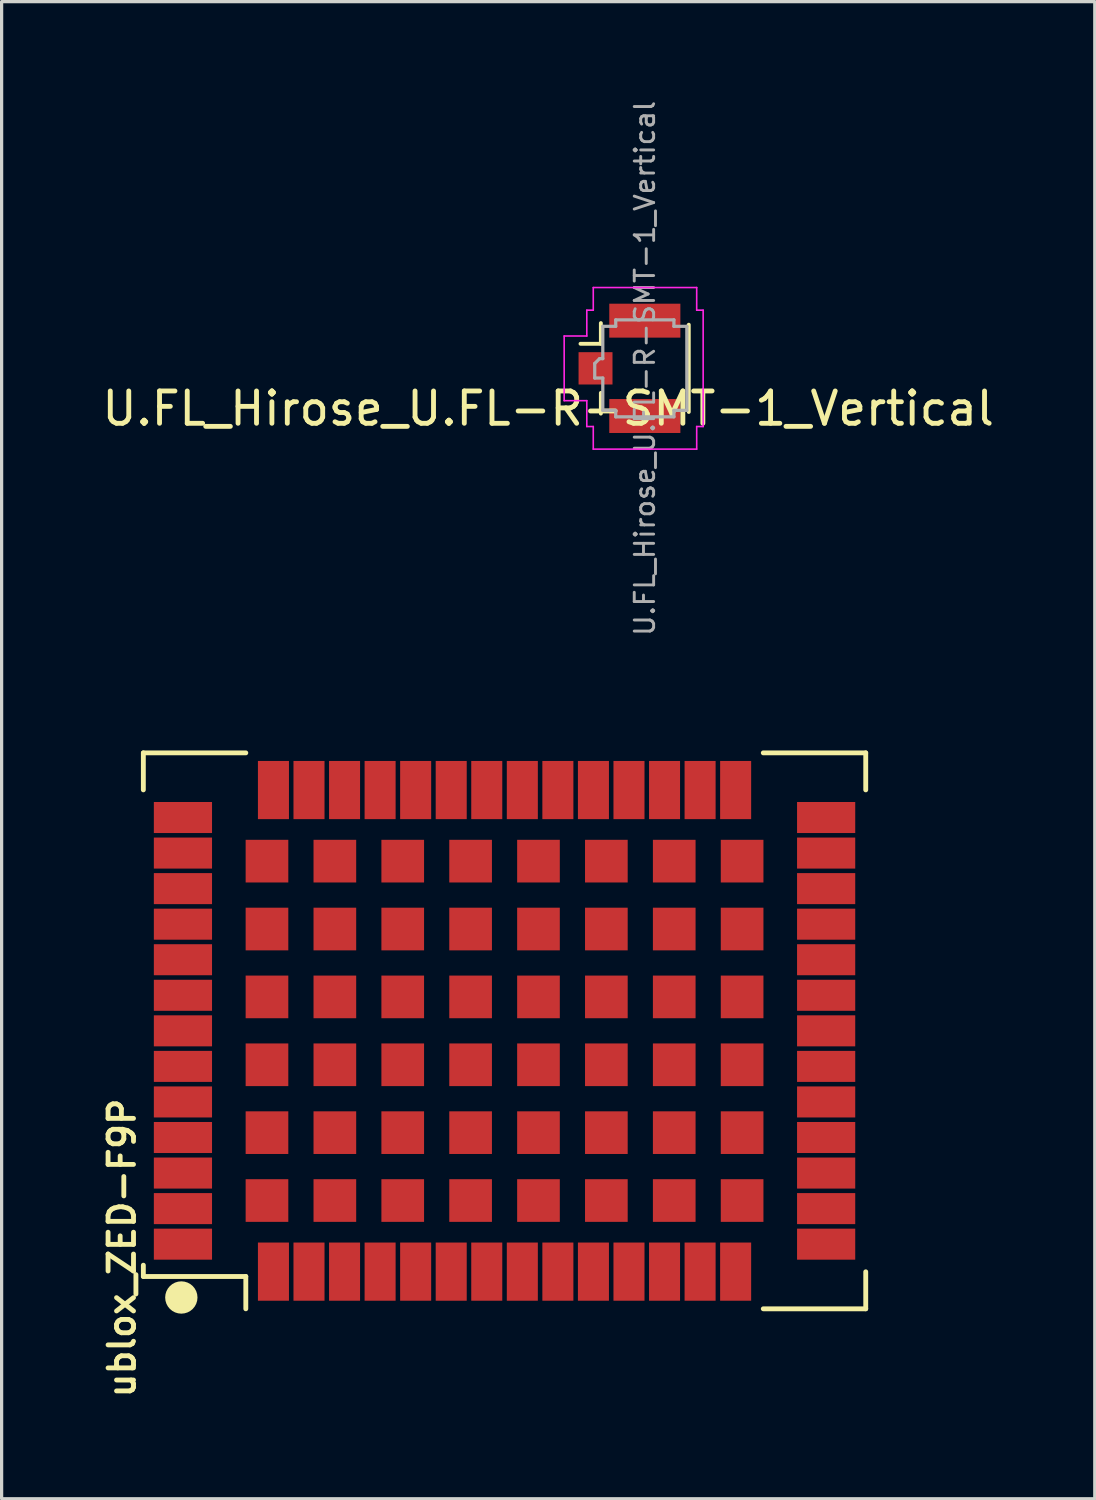
<source format=kicad_pcb>
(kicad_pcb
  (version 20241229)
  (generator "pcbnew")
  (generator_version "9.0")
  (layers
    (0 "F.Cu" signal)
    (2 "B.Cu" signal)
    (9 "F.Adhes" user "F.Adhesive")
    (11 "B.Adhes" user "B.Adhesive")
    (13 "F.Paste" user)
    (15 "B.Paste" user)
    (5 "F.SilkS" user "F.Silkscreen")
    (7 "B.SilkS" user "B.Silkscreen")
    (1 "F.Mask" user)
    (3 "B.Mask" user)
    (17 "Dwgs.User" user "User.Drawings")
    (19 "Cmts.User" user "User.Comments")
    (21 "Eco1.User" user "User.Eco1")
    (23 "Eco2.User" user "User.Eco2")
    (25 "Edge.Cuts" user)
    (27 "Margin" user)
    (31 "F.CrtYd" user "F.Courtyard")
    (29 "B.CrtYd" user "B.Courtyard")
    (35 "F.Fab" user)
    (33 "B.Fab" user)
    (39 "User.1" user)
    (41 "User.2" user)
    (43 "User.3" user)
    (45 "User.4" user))
  (footprint "ublox_ZED-F9P"
    (layer "F.Cu")
    (at 12.56 28.843)
    (property "Reference" "ublox_ZED-F9P" (at -11.836 6.718 90) (layer "F.SilkS") (effects (font (size 0.787 0.787) (thickness 0.15))))
    (attr smd)
    (fp_line (start -11.175 -8.6) (end -8.005 -8.6) (stroke (width 0.15) (type solid)) (layer "F.SilkS"))
    (fp_line (start -11.175 -7.455) (end -11.175 -8.6) (stroke (width 0.15) (type solid)) (layer "F.SilkS"))
    (fp_line (start -11.175 7.6) (end -11.175 7.25) (stroke (width 0.15) (type solid)) (layer "F.SilkS"))
    (fp_line (start -11.175 7.6) (end -8.005 7.6) (stroke (width 0.15) (type solid)) (layer "F.SilkS"))
    (fp_line (start -8.005 7.6) (end -8.005 8.6) (stroke (width 0.15) (type solid)) (layer "F.SilkS"))
    (fp_line (start 8.005 -8.6) (end 11.175 -8.6) (stroke (width 0.15) (type solid)) (layer "F.SilkS"))
    (fp_line (start 8.005 8.6) (end 11.175 8.6) (stroke (width 0.15) (type solid)) (layer "F.SilkS"))
    (fp_line (start 11.175 -7.455) (end 11.175 -8.6) (stroke (width 0.15) (type solid)) (layer "F.SilkS"))
    (fp_line (start 11.175 8.6) (end 11.175 7.455) (stroke (width 0.15) (type solid)) (layer "F.SilkS"))
    (fp_circle (center -10 8.25) (end -9.75 8.25) (stroke (width 0.5) (type solid)) (fill no) (layer "F.SilkS"))
    (fp_line (start -11.675 -9.1) (end 11.675 -9.1) (stroke (width 0.1) (type solid)) (layer "Eco1.User"))
    (fp_line (start -11.675 9.1) (end -11.675 -9.1) (stroke (width 0.1) (type solid)) (layer "Eco1.User"))
    (fp_line (start 11.675 -9.1) (end 11.675 9.1) (stroke (width 0.1) (type solid)) (layer "Eco1.User"))
    (fp_line (start 11.675 9.1) (end -11.675 9.1) (stroke (width 0.1) (type solid)) (layer "Eco1.User"))
    (fp_line (start -11.175 -8.6) (end 11.175 -8.6) (stroke (width 0.15) (type solid)) (layer "Eco2.User"))
    (fp_line (start -11.175 8.6) (end -11.175 -8.6) (stroke (width 0.15) (type solid)) (layer "Eco2.User"))
    (fp_line (start 11.175 -8.6) (end 11.175 8.6) (stroke (width 0.15) (type solid)) (layer "Eco2.User"))
    (fp_line (start 11.175 8.6) (end -11.175 8.6) (stroke (width 0.15) (type solid)) (layer "Eco2.User"))
    (pad "1" smd rect (at -7.15 7.45) (size 0.96 1.8) (layers "F.Cu" "F.Mask" "F.Paste"))
    (pad "2" smd rect (at -6.05 7.45) (size 0.96 1.8) (layers "F.Cu" "F.Mask" "F.Paste"))
    (pad "3" smd rect (at -4.95 7.45) (size 0.96 1.8) (layers "F.Cu" "F.Mask" "F.Paste"))
    (pad "4" smd rect (at -3.85 7.45) (size 0.96 1.8) (layers "F.Cu" "F.Mask" "F.Paste"))
    (pad "5" smd rect (at -2.75 7.45) (size 0.96 1.8) (layers "F.Cu" "F.Mask" "F.Paste"))
    (pad "6" smd rect (at -1.65 7.45) (size 0.96 1.8) (layers "F.Cu" "F.Mask" "F.Paste"))
    (pad "7" smd rect (at -0.55 7.45) (size 0.96 1.8) (layers "F.Cu" "F.Mask" "F.Paste"))
    (pad "8" smd rect (at 0.55 7.45) (size 0.96 1.8) (layers "F.Cu" "F.Mask" "F.Paste"))
    (pad "9" smd rect (at 1.65 7.45) (size 0.96 1.8) (layers "F.Cu" "F.Mask" "F.Paste"))
    (pad "10" smd rect (at 2.75 7.45) (size 0.96 1.8) (layers "F.Cu" "F.Mask" "F.Paste"))
    (pad "11" smd rect (at 3.85 7.45) (size 0.96 1.8) (layers "F.Cu" "F.Mask" "F.Paste"))
    (pad "12" smd rect (at 4.95 7.45) (size 0.96 1.8) (layers "F.Cu" "F.Mask" "F.Paste"))
    (pad "13" smd rect (at 6.05 7.45) (size 0.96 1.8) (layers "F.Cu" "F.Mask" "F.Paste"))
    (pad "14" smd rect (at 7.15 7.45) (size 0.96 1.8) (layers "F.Cu" "F.Mask" "F.Paste"))
    (pad "15" smd rect (at 9.95 6.6) (size 1.8 0.96) (layers "F.Cu" "F.Mask" "F.Paste"))
    (pad "16" smd rect (at 9.95 5.5) (size 1.8 0.96) (layers "F.Cu" "F.Mask" "F.Paste"))
    (pad "17" smd rect (at 9.95 4.4) (size 1.8 0.96) (layers "F.Cu" "F.Mask" "F.Paste"))
    (pad "18" smd rect (at 9.95 3.3) (size 1.8 0.96) (layers "F.Cu" "F.Mask" "F.Paste"))
    (pad "19" smd rect (at 9.95 2.2) (size 1.8 0.96) (layers "F.Cu" "F.Mask" "F.Paste"))
    (pad "20" smd rect (at 9.95 1.1) (size 1.8 0.96) (layers "F.Cu" "F.Mask" "F.Paste"))
    (pad "21" smd rect (at 9.95 0) (size 1.8 0.96) (layers "F.Cu" "F.Mask" "F.Paste"))
    (pad "22" smd rect (at 9.95 -1.1) (size 1.8 0.96) (layers "F.Cu" "F.Mask" "F.Paste"))
    (pad "23" smd rect (at 9.95 -2.2) (size 1.8 0.96) (layers "F.Cu" "F.Mask" "F.Paste"))
    (pad "24" smd rect (at 9.95 -3.3) (size 1.8 0.96) (layers "F.Cu" "F.Mask" "F.Paste"))
    (pad "25" smd rect (at 9.95 -4.4) (size 1.8 0.96) (layers "F.Cu" "F.Mask" "F.Paste"))
    (pad "26" smd rect (at 9.95 -5.5) (size 1.8 0.96) (layers "F.Cu" "F.Mask" "F.Paste"))
    (pad "27" smd rect (at 9.95 -6.6) (size 1.8 0.96) (layers "F.Cu" "F.Mask" "F.Paste"))
    (pad "28" smd rect (at 7.15 -7.45) (size 0.96 1.8) (layers "F.Cu" "F.Mask" "F.Paste"))
    (pad "29" smd rect (at 6.05 -7.45) (size 0.96 1.8) (layers "F.Cu" "F.Mask" "F.Paste"))
    (pad "30" smd rect (at 4.95 -7.45) (size 0.96 1.8) (layers "F.Cu" "F.Mask" "F.Paste"))
    (pad "31" smd rect (at 3.85 -7.45) (size 0.96 1.8) (layers "F.Cu" "F.Mask" "F.Paste"))
    (pad "32" smd rect (at 2.75 -7.45) (size 0.96 1.8) (layers "F.Cu" "F.Mask" "F.Paste"))
    (pad "33" smd rect (at 1.65 -7.45) (size 0.96 1.8) (layers "F.Cu" "F.Mask" "F.Paste"))
    (pad "34" smd rect (at 0.55 -7.45) (size 0.96 1.8) (layers "F.Cu" "F.Mask" "F.Paste"))
    (pad "35" smd rect (at -0.55 -7.45) (size 0.96 1.8) (layers "F.Cu" "F.Mask" "F.Paste"))
    (pad "36" smd rect (at -1.65 -7.45) (size 0.96 1.8) (layers "F.Cu" "F.Mask" "F.Paste"))
    (pad "37" smd rect (at -2.75 -7.45) (size 0.96 1.8) (layers "F.Cu" "F.Mask" "F.Paste"))
    (pad "38" smd rect (at -3.85 -7.45) (size 0.96 1.8) (layers "F.Cu" "F.Mask" "F.Paste"))
    (pad "39" smd rect (at -4.95 -7.45) (size 0.96 1.8) (layers "F.Cu" "F.Mask" "F.Paste"))
    (pad "40" smd rect (at -6.05 -7.45) (size 0.96 1.8) (layers "F.Cu" "F.Mask" "F.Paste"))
    (pad "41" smd rect (at -7.15 -7.45) (size 0.96 1.8) (layers "F.Cu" "F.Mask" "F.Paste"))
    (pad "42" smd rect (at -9.95 -6.6) (size 1.8 0.96) (layers "F.Cu" "F.Mask" "F.Paste"))
    (pad "43" smd rect (at -9.95 -5.5) (size 1.8 0.96) (layers "F.Cu" "F.Mask" "F.Paste"))
    (pad "44" smd rect (at -9.95 -4.4) (size 1.8 0.96) (layers "F.Cu" "F.Mask" "F.Paste"))
    (pad "45" smd rect (at -9.95 -3.3) (size 1.8 0.96) (layers "F.Cu" "F.Mask" "F.Paste"))
    (pad "46" smd rect (at -9.95 -2.2) (size 1.8 0.96) (layers "F.Cu" "F.Mask" "F.Paste"))
    (pad "47" smd rect (at -9.95 -1.1) (size 1.8 0.96) (layers "F.Cu" "F.Mask" "F.Paste"))
    (pad "48" smd rect (at -9.95 0) (size 1.8 0.96) (layers "F.Cu" "F.Mask" "F.Paste"))
    (pad "49" smd rect (at -9.95 1.1) (size 1.8 0.96) (layers "F.Cu" "F.Mask" "F.Paste"))
    (pad "50" smd rect (at -9.95 2.2) (size 1.8 0.96) (layers "F.Cu" "F.Mask" "F.Paste"))
    (pad "51" smd rect (at -9.95 3.3) (size 1.8 0.96) (layers "F.Cu" "F.Mask" "F.Paste"))
    (pad "52" smd rect (at -9.95 4.4) (size 1.8 0.96) (layers "F.Cu" "F.Mask" "F.Paste"))
    (pad "53" smd rect (at -9.95 5.5) (size 1.8 0.96) (layers "F.Cu" "F.Mask" "F.Paste"))
    (pad "54" smd rect (at -9.95 6.6) (size 1.8 0.96) (layers "F.Cu" "F.Mask" "F.Paste"))
    (pad "55" smd rect (at -7.35 -5.25) (size 1.32 1.32) (layers "F.Cu" "F.Mask" "F.Paste"))
    (pad "56" smd rect (at -5.25 -5.25) (size 1.32 1.32) (layers "F.Cu" "F.Mask" "F.Paste"))
    (pad "57" smd rect (at -3.15 -5.25) (size 1.32 1.32) (layers "F.Cu" "F.Mask" "F.Paste"))
    (pad "58" smd rect (at -1.05 -5.25) (size 1.32 1.32) (layers "F.Cu" "F.Mask" "F.Paste"))
    (pad "59" smd rect (at 1.05 -5.25) (size 1.32 1.32) (layers "F.Cu" "F.Mask" "F.Paste"))
    (pad "60" smd rect (at 3.15 -5.25) (size 1.32 1.32) (layers "F.Cu" "F.Mask" "F.Paste"))
    (pad "61" smd rect (at 5.25 -5.25) (size 1.32 1.32) (layers "F.Cu" "F.Mask" "F.Paste"))
    (pad "62" smd rect (at 7.35 -5.25) (size 1.32 1.32) (layers "F.Cu" "F.Mask" "F.Paste"))
    (pad "63" smd rect (at -7.35 -3.15) (size 1.32 1.32) (layers "F.Cu" "F.Mask" "F.Paste"))
    (pad "64" smd rect (at -5.25 -3.15) (size 1.32 1.32) (layers "F.Cu" "F.Mask" "F.Paste"))
    (pad "65" smd rect (at -3.15 -3.15) (size 1.32 1.32) (layers "F.Cu" "F.Mask" "F.Paste"))
    (pad "66" smd rect (at -1.05 -3.15) (size 1.32 1.32) (layers "F.Cu" "F.Mask" "F.Paste"))
    (pad "67" smd rect (at 1.05 -3.15) (size 1.32 1.32) (layers "F.Cu" "F.Mask" "F.Paste"))
    (pad "68" smd rect (at 3.15 -3.15) (size 1.32 1.32) (layers "F.Cu" "F.Mask" "F.Paste"))
    (pad "69" smd rect (at 5.25 -3.15) (size 1.32 1.32) (layers "F.Cu" "F.Mask" "F.Paste"))
    (pad "70" smd rect (at 7.35 -3.15) (size 1.32 1.32) (layers "F.Cu" "F.Mask" "F.Paste"))
    (pad "71" smd rect (at -7.35 -1.05) (size 1.32 1.32) (layers "F.Cu" "F.Mask" "F.Paste"))
    (pad "72" smd rect (at -5.25 -1.05) (size 1.32 1.32) (layers "F.Cu" "F.Mask" "F.Paste"))
    (pad "73" smd rect (at -3.15 -1.05) (size 1.32 1.32) (layers "F.Cu" "F.Mask" "F.Paste"))
    (pad "74" smd rect (at -1.05 -1.05) (size 1.32 1.32) (layers "F.Cu" "F.Mask" "F.Paste"))
    (pad "75" smd rect (at 1.05 -1.05) (size 1.32 1.32) (layers "F.Cu" "F.Mask" "F.Paste"))
    (pad "76" smd rect (at 3.15 -1.05) (size 1.32 1.32) (layers "F.Cu" "F.Mask" "F.Paste"))
    (pad "77" smd rect (at 5.25 -1.05) (size 1.32 1.32) (layers "F.Cu" "F.Mask" "F.Paste"))
    (pad "78" smd rect (at 7.35 -1.05) (size 1.32 1.32) (layers "F.Cu" "F.Mask" "F.Paste"))
    (pad "79" smd rect (at -7.35 1.05) (size 1.32 1.32) (layers "F.Cu" "F.Mask" "F.Paste"))
    (pad "80" smd rect (at -5.25 1.05) (size 1.32 1.32) (layers "F.Cu" "F.Mask" "F.Paste"))
    (pad "81" smd rect (at -3.15 1.05) (size 1.32 1.32) (layers "F.Cu" "F.Mask" "F.Paste"))
    (pad "82" smd rect (at -1.05 1.05) (size 1.32 1.32) (layers "F.Cu" "F.Mask" "F.Paste"))
    (pad "83" smd rect (at 1.05 1.05) (size 1.32 1.32) (layers "F.Cu" "F.Mask" "F.Paste"))
    (pad "84" smd rect (at 3.15 1.05) (size 1.32 1.32) (layers "F.Cu" "F.Mask" "F.Paste"))
    (pad "85" smd rect (at 5.25 1.05) (size 1.32 1.32) (layers "F.Cu" "F.Mask" "F.Paste"))
    (pad "86" smd rect (at 7.35 1.05) (size 1.32 1.32) (layers "F.Cu" "F.Mask" "F.Paste"))
    (pad "87" smd rect (at -7.35 3.15) (size 1.32 1.32) (layers "F.Cu" "F.Mask" "F.Paste"))
    (pad "88" smd rect (at -5.25 3.15) (size 1.32 1.32) (layers "F.Cu" "F.Mask" "F.Paste"))
    (pad "89" smd rect (at -3.15 3.15) (size 1.32 1.32) (layers "F.Cu" "F.Mask" "F.Paste"))
    (pad "90" smd rect (at -1.05 3.15) (size 1.32 1.32) (layers "F.Cu" "F.Mask" "F.Paste"))
    (pad "91" smd rect (at 1.05 3.15) (size 1.32 1.32) (layers "F.Cu" "F.Mask" "F.Paste"))
    (pad "92" smd rect (at 3.15 3.15) (size 1.32 1.32) (layers "F.Cu" "F.Mask" "F.Paste"))
    (pad "93" smd rect (at 5.25 3.15) (size 1.32 1.32) (layers "F.Cu" "F.Mask" "F.Paste"))
    (pad "94" smd rect (at 7.35 3.15) (size 1.32 1.32) (layers "F.Cu" "F.Mask" "F.Paste"))
    (pad "95" smd rect (at -7.35 5.25) (size 1.32 1.32) (layers "F.Cu" "F.Mask" "F.Paste"))
    (pad "96" smd rect (at -5.25 5.25) (size 1.32 1.32) (layers "F.Cu" "F.Mask" "F.Paste"))
    (pad "97" smd rect (at -3.15 5.25) (size 1.32 1.32) (layers "F.Cu" "F.Mask" "F.Paste"))
    (pad "98" smd rect (at -1.05 5.25) (size 1.32 1.32) (layers "F.Cu" "F.Mask" "F.Paste"))
    (pad "99" smd rect (at 1.05 5.25) (size 1.32 1.32) (layers "F.Cu" "F.Mask" "F.Paste"))
    (pad "100" smd rect (at 3.15 5.25) (size 1.32 1.32) (layers "F.Cu" "F.Mask" "F.Paste"))
    (pad "101" smd rect (at 5.25 5.25) (size 1.32 1.32) (layers "F.Cu" "F.Mask" "F.Paste"))
    (pad "102" smd rect (at 7.35 5.25) (size 1.32 1.32) (layers "F.Cu" "F.Mask" "F.Paste")))
  (footprint "U.FL_Hirose_U.FL-R-SMT-1_Vertical"
    (layer "F.Cu")
    (at 16.425 8.346)
    (property "Reference" "U.FL_Hirose_U.FL-R-SMT-1_Vertical" (at -2.515 1.245 180) (layer "F.SilkS") (effects (font (size 1 1) (thickness 0.15))))
    (attr smd)
    (fp_line (start -0.885 -1.4) (end -0.885 -0.76) (stroke (width 0.12) (type solid)) (layer "F.SilkS"))
    (fp_line (start -0.885 -0.76) (end -1.515 -0.76) (stroke (width 0.12) (type solid)) (layer "F.SilkS"))
    (fp_line (start -0.885 1.4) (end -0.885 0.76) (stroke (width 0.12) (type solid)) (layer "F.SilkS"))
    (fp_line (start 1.835 -1.35) (end 1.835 1.35) (stroke (width 0.12) (type solid)) (layer "F.SilkS"))
    (fp_line (start -2.02 1) (end -2.02 -1) (stroke (width 0.05) (type solid)) (layer "F.CrtYd"))
    (fp_line (start -1.32 -1.8) (end -1.12 -1.8) (stroke (width 0.05) (type solid)) (layer "F.CrtYd"))
    (fp_line (start -1.32 -1) (end -2.02 -1) (stroke (width 0.05) (type solid)) (layer "F.CrtYd"))
    (fp_line (start -1.32 -1) (end -1.32 -1.8) (stroke (width 0.05) (type solid)) (layer "F.CrtYd"))
    (fp_line (start -1.32 1) (end -2.02 1) (stroke (width 0.05) (type solid)) (layer "F.CrtYd"))
    (fp_line (start -1.32 1.8) (end -1.32 1) (stroke (width 0.05) (type solid)) (layer "F.CrtYd"))
    (fp_line (start -1.32 1.8) (end -1.12 1.8) (stroke (width 0.05) (type solid)) (layer "F.CrtYd"))
    (fp_line (start -1.12 -1.8) (end -1.12 -2.5) (stroke (width 0.05) (type solid)) (layer "F.CrtYd"))
    (fp_line (start -1.12 2.5) (end -1.12 1.8) (stroke (width 0.05) (type solid)) (layer "F.CrtYd"))
    (fp_line (start 2.08 -2.5) (end -1.12 -2.5) (stroke (width 0.05) (type solid)) (layer "F.CrtYd"))
    (fp_line (start 2.08 -1.8) (end 2.08 -2.5) (stroke (width 0.05) (type solid)) (layer "F.CrtYd"))
    (fp_line (start 2.08 -1.8) (end 2.28 -1.8) (stroke (width 0.05) (type solid)) (layer "F.CrtYd"))
    (fp_line (start 2.08 1.8) (end 2.28 1.8) (stroke (width 0.05) (type solid)) (layer "F.CrtYd"))
    (fp_line (start 2.08 2.5) (end -1.12 2.5) (stroke (width 0.05) (type solid)) (layer "F.CrtYd"))
    (fp_line (start 2.08 2.5) (end 2.08 1.8) (stroke (width 0.05) (type solid)) (layer "F.CrtYd"))
    (fp_line (start 2.28 1.8) (end 2.28 -1.8) (stroke (width 0.05) (type solid)) (layer "F.CrtYd"))
    (fp_line (start -1.075 0.3) (end -1.075 -0.15) (stroke (width 0.1) (type solid)) (layer "F.Fab"))
    (fp_line (start -1.075 0.3) (end -0.825 0.3) (stroke (width 0.1) (type solid)) (layer "F.Fab"))
    (fp_line (start -0.925 -0.3) (end -1.075 -0.15) (stroke (width 0.1) (type solid)) (layer "F.Fab"))
    (fp_line (start -0.925 -0.3) (end -0.825 -0.3) (stroke (width 0.1) (type solid)) (layer "F.Fab"))
    (fp_line (start -0.825 -0.3) (end -0.825 -1.3) (stroke (width 0.1) (type solid)) (layer "F.Fab"))
    (fp_line (start -0.825 0.3) (end -0.825 1.3) (stroke (width 0.1) (type solid)) (layer "F.Fab"))
    (fp_line (start -0.425 -1.5) (end -0.425 -1.3) (stroke (width 0.1) (type solid)) (layer "F.Fab"))
    (fp_line (start -0.425 -1.5) (end 1.375 -1.5) (stroke (width 0.1) (type solid)) (layer "F.Fab"))
    (fp_line (start -0.425 -1.3) (end -0.825 -1.3) (stroke (width 0.1) (type solid)) (layer "F.Fab"))
    (fp_line (start -0.425 1.3) (end -0.825 1.3) (stroke (width 0.1) (type solid)) (layer "F.Fab"))
    (fp_line (start -0.425 1.5) (end -0.425 1.3) (stroke (width 0.1) (type solid)) (layer "F.Fab"))
    (fp_line (start -0.425 1.5) (end 1.375 1.5) (stroke (width 0.1) (type solid)) (layer "F.Fab"))
    (fp_line (start 1.375 -1.5) (end 1.375 -1.3) (stroke (width 0.1) (type solid)) (layer "F.Fab"))
    (fp_line (start 1.375 1.5) (end 1.375 1.3) (stroke (width 0.1) (type solid)) (layer "F.Fab"))
    (fp_line (start 1.775 -1.3) (end 1.375 -1.3) (stroke (width 0.1) (type solid)) (layer "F.Fab"))
    (fp_line (start 1.775 -1.3) (end 1.775 1.3) (stroke (width 0.1) (type solid)) (layer "F.Fab"))
    (fp_line (start 1.775 1.3) (end 1.375 1.3) (stroke (width 0.1) (type solid)) (layer "F.Fab"))
    (fp_text user "${REFERENCE}" (at 0.475 0 270) (layer "F.Fab") (effects (font (size 0.6 0.6) (thickness 0.09))))
    (pad "1" smd rect (at -1.05 0) (size 1.05 1) (layers "F.Cu" "F.Mask" "F.Paste"))
    (pad "2" smd rect (at 0.475 -1.475) (size 2.2 1.05) (layers "F.Cu" "F.Mask" "F.Paste"))
    (pad "2" smd rect (at 0.475 1.475) (size 2.2 1.05) (layers "F.Cu" "F.Mask" "F.Paste")))
  (gr_rect
    (start -3 -3)
    (end 30.821 43.319)
    (stroke (width 0.1) (type default))
    (fill no)
    (layer "Edge.Cuts")))
</source>
